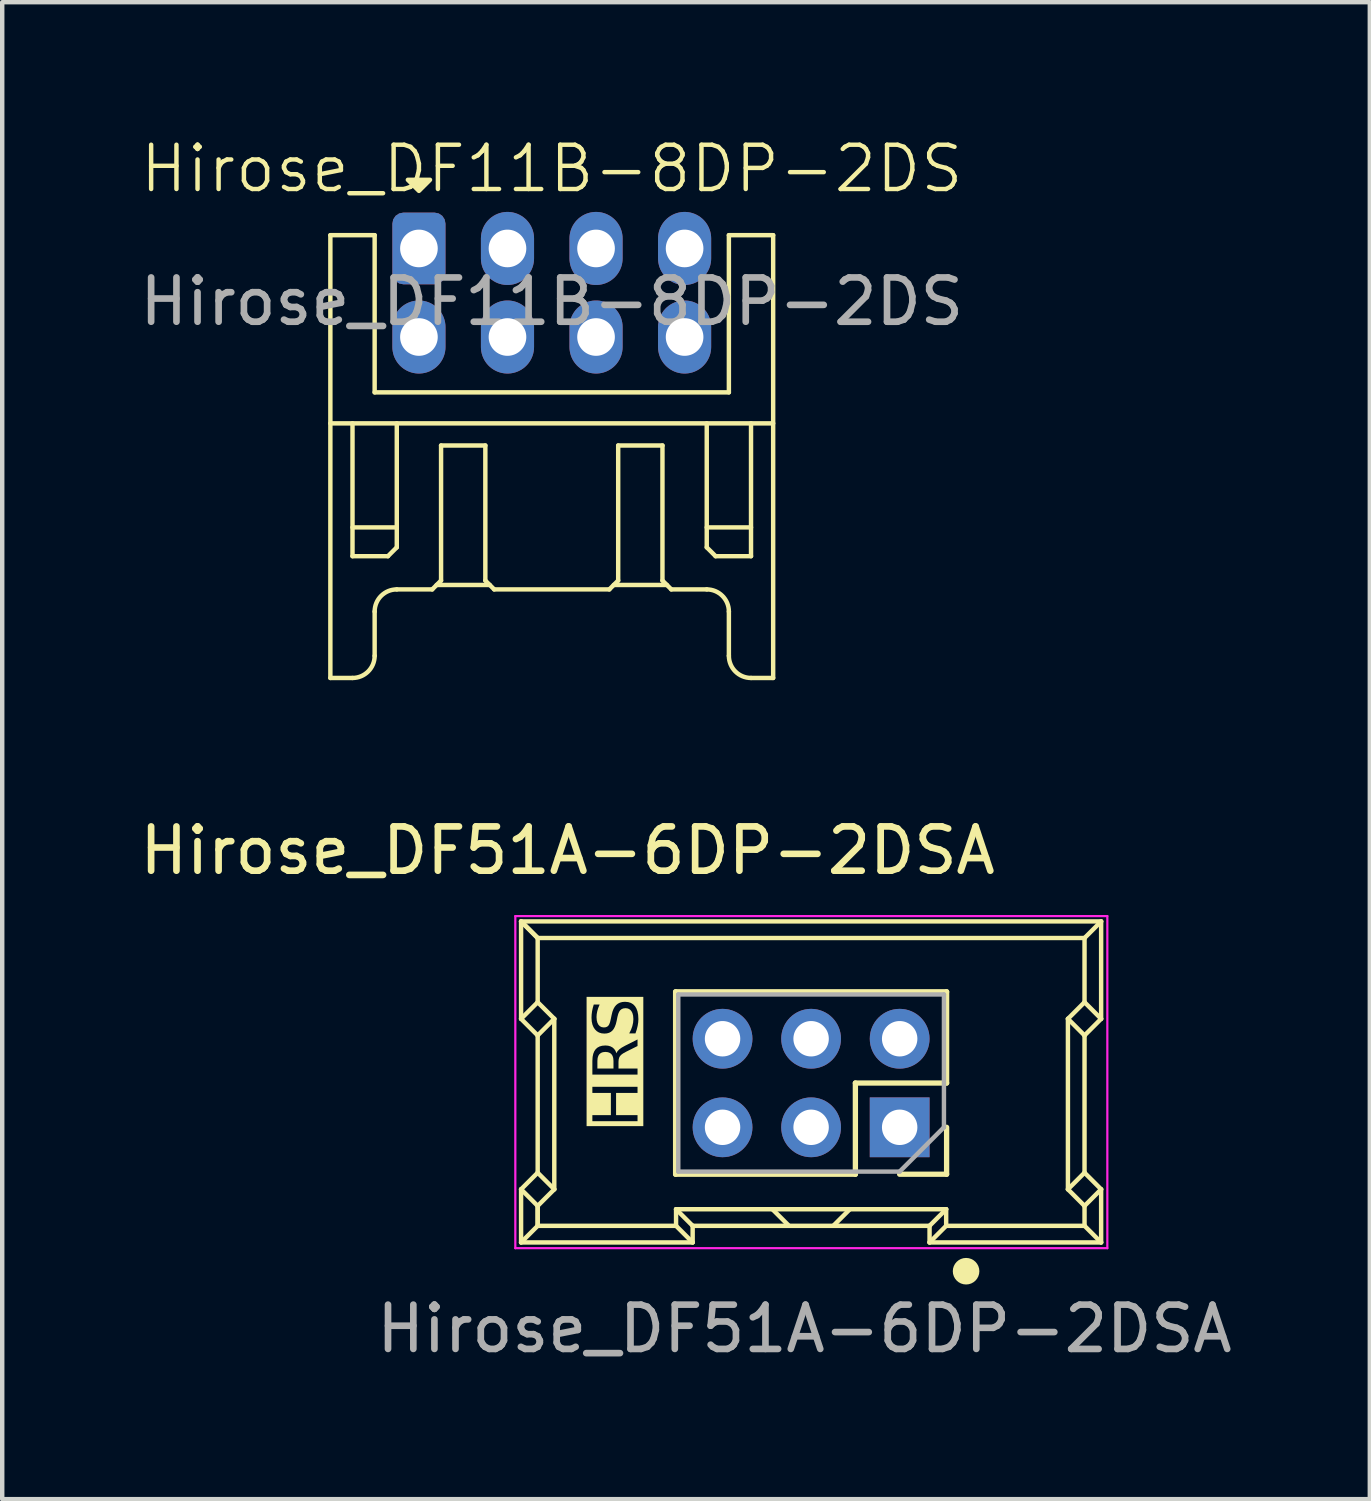
<source format=kicad_pcb>
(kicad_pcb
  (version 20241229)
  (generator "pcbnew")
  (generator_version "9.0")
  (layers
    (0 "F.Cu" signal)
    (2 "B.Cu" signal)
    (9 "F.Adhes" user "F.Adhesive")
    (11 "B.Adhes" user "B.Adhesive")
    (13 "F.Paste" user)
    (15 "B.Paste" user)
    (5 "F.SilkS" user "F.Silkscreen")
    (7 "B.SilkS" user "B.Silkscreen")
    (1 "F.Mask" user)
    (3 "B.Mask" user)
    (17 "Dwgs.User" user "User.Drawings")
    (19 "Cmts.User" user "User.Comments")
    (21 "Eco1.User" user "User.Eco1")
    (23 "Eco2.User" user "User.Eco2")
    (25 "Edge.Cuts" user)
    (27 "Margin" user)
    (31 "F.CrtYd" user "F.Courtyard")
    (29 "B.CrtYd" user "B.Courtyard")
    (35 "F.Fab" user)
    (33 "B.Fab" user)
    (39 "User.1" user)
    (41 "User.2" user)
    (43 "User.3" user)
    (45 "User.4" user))
  (footprint "Hirose_DF51A-6DP-2DSA"
    (layer "F.Cu")
    (at 15.268 21.409)
    (property "Reference" "Hirose_DF51A-6DP-2DSA" (at -5.5 -5.25 0) (layer "F.SilkS") (effects (font (size 1 1) (thickness 0.15))))
    (attr through_hole)
    (fp_line (start -6.55 -3.65) (end -6.55 -1.45) (stroke (width 0.1) (type default)) (layer "F.SilkS"))
    (fp_line (start -6.55 -3.65) (end -6.175 -3.275) (stroke (width 0.1) (type default)) (layer "F.SilkS"))
    (fp_line (start -6.55 -3.65) (end 6.55 -3.65) (stroke (width 0.1) (type default)) (layer "F.SilkS"))
    (fp_line (start -6.55 -1.45) (end -6.175 -1.825) (stroke (width 0.1) (type default)) (layer "F.SilkS"))
    (fp_line (start -6.55 -1.45) (end -6.175 -1.075) (stroke (width 0.1) (type default)) (layer "F.SilkS"))
    (fp_line (start -6.55 2.4) (end -6.175 2.025) (stroke (width 0.1) (type default)) (layer "F.SilkS"))
    (fp_line (start -6.55 2.4) (end -6.175 2.775) (stroke (width 0.1) (type default)) (layer "F.SilkS"))
    (fp_line (start -6.55 3.6) (end -6.55 2.4) (stroke (width 0.1) (type default)) (layer "F.SilkS"))
    (fp_line (start -6.55 3.6) (end -6.175 3.225) (stroke (width 0.1) (type default)) (layer "F.SilkS"))
    (fp_line (start -6.175 -3.275) (end -6.55 -3.65) (stroke (width 0.1) (type default)) (layer "F.SilkS"))
    (fp_line (start -6.175 -3.275) (end -6.175 -1.825) (stroke (width 0.1) (type default)) (layer "F.SilkS"))
    (fp_line (start -6.175 -1.825) (end -5.8 -1.45) (stroke (width 0.1) (type default)) (layer "F.SilkS"))
    (fp_line (start -6.175 -1.075) (end -6.175 2.025) (stroke (width 0.1) (type default)) (layer "F.SilkS"))
    (fp_line (start -6.175 -1.075) (end -5.8 -1.45) (stroke (width 0.1) (type default)) (layer "F.SilkS"))
    (fp_line (start -6.175 2.025) (end -5.8 2.4) (stroke (width 0.1) (type default)) (layer "F.SilkS"))
    (fp_line (start -6.175 2.775) (end -6.175 3.225) (stroke (width 0.1) (type default)) (layer "F.SilkS"))
    (fp_line (start -6.175 2.775) (end -5.8 2.4) (stroke (width 0.1) (type default)) (layer "F.SilkS"))
    (fp_line (start -6.175 3.225) (end -6.175 2.775) (stroke (width 0.1) (type default)) (layer "F.SilkS"))
    (fp_line (start -5.8 -1.45) (end -5.8 2.4) (stroke (width 0.1) (type default)) (layer "F.SilkS"))
    (fp_line (start -3.06 -2.06) (end -3.06 2.06) (stroke (width 0.12) (type solid)) (layer "F.SilkS"))
    (fp_line (start -3.05 2.85) (end 3.05 2.85) (stroke (width 0.1) (type default)) (layer "F.SilkS"))
    (fp_line (start -3.05 3.225) (end -6.175 3.225) (stroke (width 0.1) (type default)) (layer "F.SilkS"))
    (fp_line (start -3.05 3.225) (end -3.05 2.85) (stroke (width 0.1) (type default)) (layer "F.SilkS"))
    (fp_line (start -2.675 3.225) (end -3.05 2.85) (stroke (width 0.1) (type default)) (layer "F.SilkS"))
    (fp_line (start -2.675 3.225) (end 2.675 3.225) (stroke (width 0.1) (type default)) (layer "F.SilkS"))
    (fp_line (start -2.675 3.6) (end -6.55 3.6) (stroke (width 0.1) (type default)) (layer "F.SilkS"))
    (fp_line (start -2.675 3.6) (end -3.05 3.225) (stroke (width 0.1) (type default)) (layer "F.SilkS"))
    (fp_line (start -2.675 3.6) (end -2.675 3.225) (stroke (width 0.1) (type default)) (layer "F.SilkS"))
    (fp_line (start -0.5 3.225) (end -0.875 2.85) (stroke (width 0.1) (type default)) (layer "F.SilkS"))
    (fp_line (start 0.5 3.225) (end 0.875 2.85) (stroke (width 0.1) (type default)) (layer "F.SilkS"))
    (fp_line (start 1 0) (end 1 2.06) (stroke (width 0.12) (type solid)) (layer "F.SilkS"))
    (fp_line (start 1 2.06) (end -3.06 2.06) (stroke (width 0.12) (type solid)) (layer "F.SilkS"))
    (fp_line (start 2.675 3.225) (end 3.05 2.85) (stroke (width 0.1) (type default)) (layer "F.SilkS"))
    (fp_line (start 2.675 3.6) (end 2.675 3.225) (stroke (width 0.1) (type default)) (layer "F.SilkS"))
    (fp_line (start 2.675 3.6) (end 3.05 3.225) (stroke (width 0.1) (type default)) (layer "F.SilkS"))
    (fp_line (start 2.675 3.6) (end 6.55 3.6) (stroke (width 0.1) (type default)) (layer "F.SilkS"))
    (fp_line (start 3.05 3.225) (end 3.05 2.85) (stroke (width 0.1) (type default)) (layer "F.SilkS"))
    (fp_line (start 3.05 3.225) (end 6.175 3.225) (stroke (width 0.1) (type default)) (layer "F.SilkS"))
    (fp_line (start 3.06 -2.06) (end -3.06 -2.06) (stroke (width 0.12) (type solid)) (layer "F.SilkS"))
    (fp_line (start 3.06 -2.06) (end 3.06 0) (stroke (width 0.12) (type solid)) (layer "F.SilkS"))
    (fp_line (start 3.06 0) (end 1 0) (stroke (width 0.12) (type solid)) (layer "F.SilkS"))
    (fp_line (start 3.06 1) (end 3.06 2.06) (stroke (width 0.12) (type solid)) (layer "F.SilkS"))
    (fp_line (start 3.06 2.06) (end 2 2.06) (stroke (width 0.12) (type solid)) (layer "F.SilkS"))
    (fp_line (start 5.8 -1.45) (end 5.8 2.4) (stroke (width 0.1) (type default)) (layer "F.SilkS"))
    (fp_line (start 5.8 -1.45) (end 6.175 -1.825) (stroke (width 0.1) (type default)) (layer "F.SilkS"))
    (fp_line (start 5.8 2.4) (end 6.175 2.775) (stroke (width 0.1) (type default)) (layer "F.SilkS"))
    (fp_line (start 6.175 -3.275) (end -6.175 -3.275) (stroke (width 0.1) (type default)) (layer "F.SilkS"))
    (fp_line (start 6.175 -3.275) (end 6.175 -1.825) (stroke (width 0.1) (type default)) (layer "F.SilkS"))
    (fp_line (start 6.175 -1.075) (end 5.8 -1.45) (stroke (width 0.1) (type default)) (layer "F.SilkS"))
    (fp_line (start 6.175 -1.075) (end 6.175 2.025) (stroke (width 0.1) (type default)) (layer "F.SilkS"))
    (fp_line (start 6.175 2.025) (end 5.8 2.4) (stroke (width 0.1) (type default)) (layer "F.SilkS"))
    (fp_line (start 6.175 3.225) (end 6.175 2.775) (stroke (width 0.1) (type default)) (layer "F.SilkS"))
    (fp_line (start 6.55 -3.65) (end 6.175 -3.275) (stroke (width 0.1) (type default)) (layer "F.SilkS"))
    (fp_line (start 6.55 -3.65) (end 6.55 -1.45) (stroke (width 0.1) (type default)) (layer "F.SilkS"))
    (fp_line (start 6.55 -1.45) (end 6.175 -1.825) (stroke (width 0.1) (type default)) (layer "F.SilkS"))
    (fp_line (start 6.55 -1.45) (end 6.175 -1.075) (stroke (width 0.1) (type default)) (layer "F.SilkS"))
    (fp_line (start 6.55 2.4) (end 6.175 2.025) (stroke (width 0.1) (type default)) (layer "F.SilkS"))
    (fp_line (start 6.55 2.4) (end 6.175 2.775) (stroke (width 0.1) (type default)) (layer "F.SilkS"))
    (fp_line (start 6.55 3.6) (end 6.175 3.225) (stroke (width 0.1) (type default)) (layer "F.SilkS"))
    (fp_line (start 6.55 3.6) (end 6.55 2.4) (stroke (width 0.1) (type default)) (layer "F.SilkS"))
    (fp_circle (center 3.5 4.25) (end 3.75 4.25) (stroke (width 0.1) (type solid)) (fill yes) (layer "F.SilkS"))
    (fp_line (start -6.68 -3.77) (end 6.69 -3.77) (stroke (width 0.05) (type default)) (layer "F.CrtYd"))
    (fp_line (start -6.68 3.73) (end -6.68 -3.77) (stroke (width 0.05) (type default)) (layer "F.CrtYd"))
    (fp_line (start 6.69 -3.77) (end 6.69 3.73) (stroke (width 0.05) (type default)) (layer "F.CrtYd"))
    (fp_line (start 6.69 3.73) (end -6.68 3.73) (stroke (width 0.05) (type default)) (layer "F.CrtYd"))
    (fp_line (start -3 -2) (end 3 -2) (stroke (width 0.1) (type solid)) (layer "F.Fab"))
    (fp_line (start -3 2) (end -3 -2) (stroke (width 0.1) (type solid)) (layer "F.Fab"))
    (fp_line (start 2 2) (end -3 2) (stroke (width 0.1) (type solid)) (layer "F.Fab"))
    (fp_line (start 3 -2) (end 3 1) (stroke (width 0.1) (type solid)) (layer "F.Fab"))
    (fp_line (start 3 1) (end 2 2) (stroke (width 0.1) (type solid)) (layer "F.Fab"))
    (fp_text user "HRS" (at -3.75 1 90) (unlocked yes) (layer "F.SilkS" knockout) (effects (font (face "Swis721 BT") (size 1 1) (thickness 0.1)) (justify left bottom)))
    (fp_text user "${REFERENCE}" (at -0.15 5.55 180) (layer "F.Fab") (effects (font (size 1 1) (thickness 0.15))))
    (pad "1" thru_hole rect (at 2 1 270) (size 1.35 1.35) (drill 0.8) (layers "*.Cu" "*.Mask"))
    (pad "2" thru_hole oval (at 2 -1 270) (size 1.35 1.35) (drill 0.8) (layers "*.Cu" "*.Mask"))
    (pad "3" thru_hole oval (at 0 1 270) (size 1.35 1.35) (drill 0.8) (layers "*.Cu" "*.Mask"))
    (pad "4" thru_hole oval (at 0 -1 270) (size 1.35 1.35) (drill 0.8) (layers "*.Cu" "*.Mask"))
    (pad "5" thru_hole oval (at -2 1 270) (size 1.35 1.35) (drill 0.8) (layers "*.Cu" "*.Mask"))
    (pad "6" thru_hole oval (at -2 -1 270) (size 1.35 1.35) (drill 0.8) (layers "*.Cu" "*.Mask")))
  (footprint "Hirose_DF11B-8DP-2DS"
    (layer "F.Cu")
    (at 6.411 2.561)
    (property "Reference" "Hirose_DF11B-8DP-2DS" (at 3 -1.8 0) (unlocked yes) (layer "F.SilkS") (effects (font (size 1 1) (thickness 0.1))))
    (attr through_hole)
    (fp_line (start -2 -0.3) (end -2 9.7) (stroke (width 0.1) (type default)) (layer "F.SilkS"))
    (fp_line (start -2 -0.3) (end -1 -0.3) (stroke (width 0.1) (type default)) (layer "F.SilkS"))
    (fp_line (start -2 3.95) (end 8 3.95) (stroke (width 0.1) (type default)) (layer "F.SilkS"))
    (fp_line (start -2 9.7) (end -1.5 9.7) (stroke (width 0.1) (type default)) (layer "F.SilkS"))
    (fp_line (start -1.5 3.95) (end -1.5 6.95) (stroke (width 0.1) (type default)) (layer "F.SilkS"))
    (fp_line (start -1.5 6.95) (end -0.7 6.95) (stroke (width 0.1) (type default)) (layer "F.SilkS"))
    (fp_line (start -1 -0.3) (end -1 3.25) (stroke (width 0.1) (type default)) (layer "F.SilkS"))
    (fp_line (start -1 8.2) (end -1 9.2) (stroke (width 0.1) (type default)) (layer "F.SilkS"))
    (fp_line (start -0.7 6.95) (end -0.5 6.75) (stroke (width 0.1) (type default)) (layer "F.SilkS"))
    (fp_line (start -0.5 6.3) (end -1.5 6.3) (stroke (width 0.1) (type default)) (layer "F.SilkS"))
    (fp_line (start -0.5 6.75) (end -0.5 3.95) (stroke (width 0.1) (type default)) (layer "F.SilkS"))
    (fp_line (start -0.5 7.7) (end 0.3 7.7) (stroke (width 0.1) (type default)) (layer "F.SilkS"))
    (fp_line (start 0.3 7.7) (end 0.5 7.5) (stroke (width 0.1) (type default)) (layer "F.SilkS"))
    (fp_line (start 0.4 7.6) (end 1.6 7.6) (stroke (width 0.1) (type default)) (layer "F.SilkS"))
    (fp_line (start 0.5 4.45) (end 0.5 7.5) (stroke (width 0.1) (type default)) (layer "F.SilkS"))
    (fp_line (start 0.5 4.45) (end 1.5 4.45) (stroke (width 0.1) (type default)) (layer "F.SilkS"))
    (fp_line (start 1.5 4.45) (end 1.5 7.5) (stroke (width 0.1) (type default)) (layer "F.SilkS"))
    (fp_line (start 1.5 7.5) (end 1.7 7.7) (stroke (width 0.1) (type default)) (layer "F.SilkS"))
    (fp_line (start 1.7 7.7) (end 4.3 7.7) (stroke (width 0.1) (type default)) (layer "F.SilkS"))
    (fp_line (start 4.3 7.7) (end 4.5 7.5) (stroke (width 0.1) (type default)) (layer "F.SilkS"))
    (fp_line (start 4.4 7.6) (end 5.6 7.6) (stroke (width 0.1) (type default)) (layer "F.SilkS"))
    (fp_line (start 4.5 4.45) (end 4.5 7.5) (stroke (width 0.1) (type default)) (layer "F.SilkS"))
    (fp_line (start 5.5 4.45) (end 4.5 4.45) (stroke (width 0.1) (type default)) (layer "F.SilkS"))
    (fp_line (start 5.5 4.45) (end 5.5 7.5) (stroke (width 0.1) (type default)) (layer "F.SilkS"))
    (fp_line (start 5.5 7.5) (end 5.7 7.7) (stroke (width 0.1) (type default)) (layer "F.SilkS"))
    (fp_line (start 5.7 7.7) (end 6.5 7.7) (stroke (width 0.1) (type default)) (layer "F.SilkS"))
    (fp_line (start 6.5 6.3) (end 7.5 6.3) (stroke (width 0.1) (type default)) (layer "F.SilkS"))
    (fp_line (start 6.5 6.75) (end 6.5 3.95) (stroke (width 0.1) (type default)) (layer "F.SilkS"))
    (fp_line (start 6.5 6.75) (end 6.7 6.95) (stroke (width 0.1) (type default)) (layer "F.SilkS"))
    (fp_line (start 7 -0.3) (end 7 3.25) (stroke (width 0.1) (type default)) (layer "F.SilkS"))
    (fp_line (start 7 3.25) (end -1 3.25) (stroke (width 0.1) (type default)) (layer "F.SilkS"))
    (fp_line (start 7 8.2) (end 7 9.2) (stroke (width 0.1) (type default)) (layer "F.SilkS"))
    (fp_line (start 7.5 3.95) (end 7.5 6.95) (stroke (width 0.1) (type default)) (layer "F.SilkS"))
    (fp_line (start 7.5 6.95) (end 6.7 6.95) (stroke (width 0.1) (type default)) (layer "F.SilkS"))
    (fp_line (start 8 -0.3) (end 7 -0.3) (stroke (width 0.1) (type default)) (layer "F.SilkS"))
    (fp_line (start 8 -0.3) (end 8 9.7) (stroke (width 0.1) (type default)) (layer "F.SilkS"))
    (fp_line (start 8 9.7) (end 7.5 9.7) (stroke (width 0.1) (type default)) (layer "F.SilkS"))
    (fp_arc (start -1 8.2) (mid -0.853553 7.846447) (end -0.5 7.7) (stroke (width 0.1) (type default)) (layer "F.SilkS"))
    (fp_arc (start -1 9.2) (mid -1.146447 9.553553) (end -1.5 9.7) (stroke (width 0.1) (type default)) (layer "F.SilkS"))
    (fp_arc (start 6.5 7.7) (mid 6.853553 7.846447) (end 7 8.2) (stroke (width 0.1) (type default)) (layer "F.SilkS"))
    (fp_arc (start 7.5 9.7) (mid 7.146447 9.553553) (end 7 9.2) (stroke (width 0.1) (type default)) (layer "F.SilkS"))
    (fp_poly (pts (xy -0.25 -1.55) (xy 0.25 -1.55) (xy 0 -1.3)) (stroke (width 0.1) (type solid)) (fill yes) (layer "F.SilkS"))
    (fp_text user "${REFERENCE}" (at 3 1.2 0) (unlocked yes) (layer "F.Fab") (effects (font (size 1 1) (thickness 0.15))))
    (pad "1" thru_hole roundrect (at 0 0) (size 1.2 1.62) (drill 0.85) (layers "*.Cu" "*.Mask") (roundrect_rratio 0.208))
    (pad "2" thru_hole oval (at 0 2) (size 1.2 1.65) (drill 0.85) (layers "*.Cu" "*.Mask"))
    (pad "3" thru_hole oval (at 2 0) (size 1.2 1.65) (drill 0.85) (layers "*.Cu" "*.Mask"))
    (pad "4" thru_hole oval (at 2 2) (size 1.2 1.65) (drill 0.85) (layers "*.Cu" "*.Mask"))
    (pad "5" thru_hole oval (at 4 0) (size 1.2 1.65) (drill 0.85) (layers "*.Cu" "*.Mask"))
    (pad "6" thru_hole oval (at 4 2) (size 1.2 1.65) (drill 0.85) (layers "*.Cu" "*.Mask"))
    (pad "7" thru_hole oval (at 6 0) (size 1.2 1.65) (drill 0.85) (layers "*.Cu" "*.Mask"))
    (pad "8" thru_hole oval (at 6 2) (size 1.2 1.65) (drill 0.85) (layers "*.Cu" "*.Mask")))
  (gr_rect
    (start -3 -3)
    (end 27.886 30.807)
    (stroke (width 0.1) (type default))
    (fill no)
    (layer "Edge.Cuts")))
</source>
